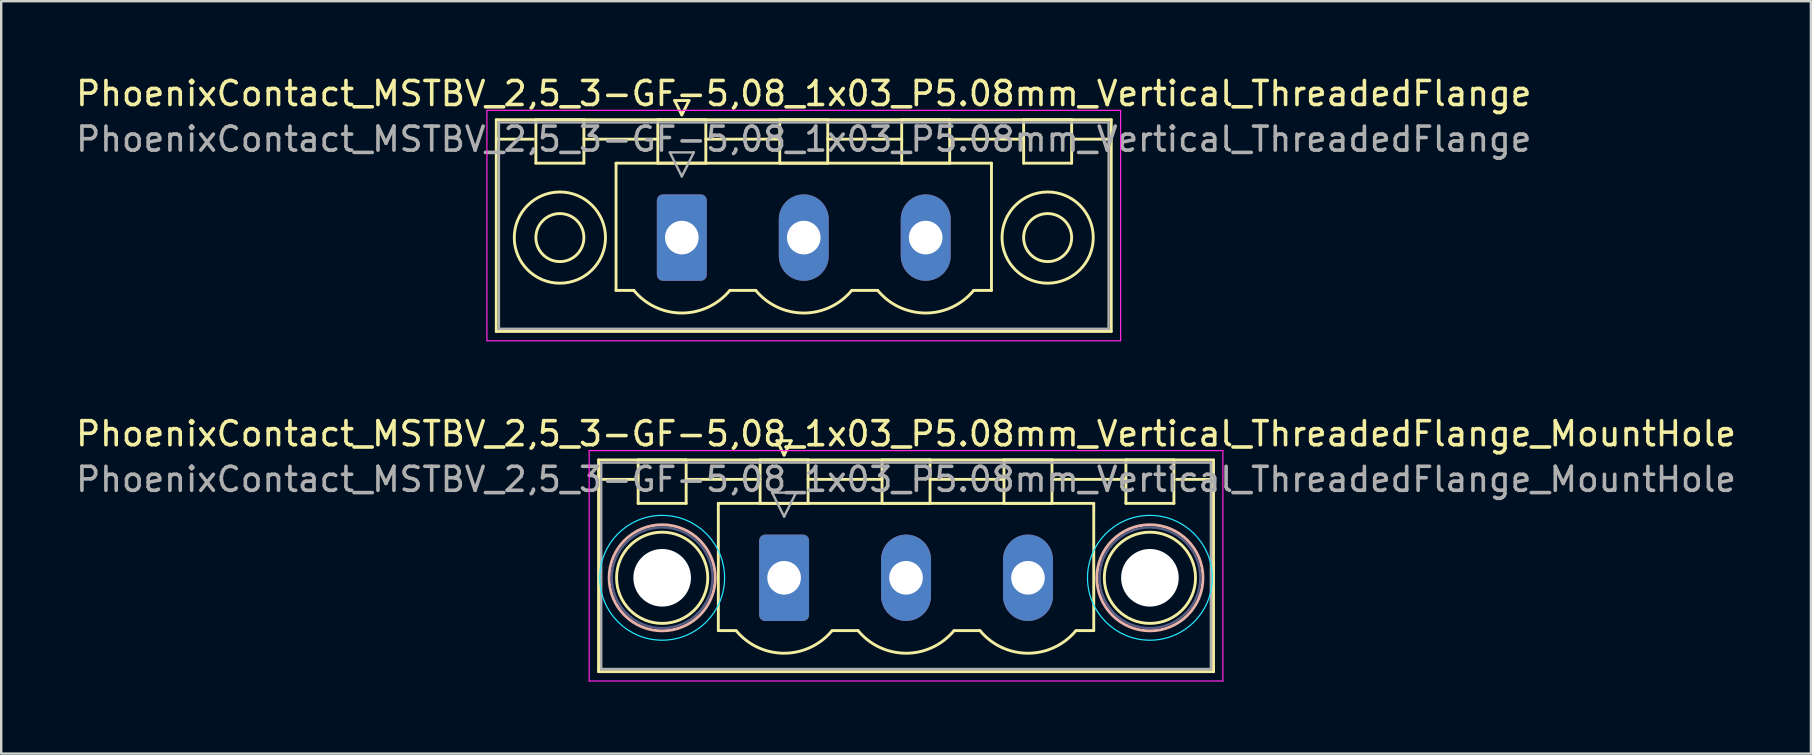
<source format=kicad_pcb>
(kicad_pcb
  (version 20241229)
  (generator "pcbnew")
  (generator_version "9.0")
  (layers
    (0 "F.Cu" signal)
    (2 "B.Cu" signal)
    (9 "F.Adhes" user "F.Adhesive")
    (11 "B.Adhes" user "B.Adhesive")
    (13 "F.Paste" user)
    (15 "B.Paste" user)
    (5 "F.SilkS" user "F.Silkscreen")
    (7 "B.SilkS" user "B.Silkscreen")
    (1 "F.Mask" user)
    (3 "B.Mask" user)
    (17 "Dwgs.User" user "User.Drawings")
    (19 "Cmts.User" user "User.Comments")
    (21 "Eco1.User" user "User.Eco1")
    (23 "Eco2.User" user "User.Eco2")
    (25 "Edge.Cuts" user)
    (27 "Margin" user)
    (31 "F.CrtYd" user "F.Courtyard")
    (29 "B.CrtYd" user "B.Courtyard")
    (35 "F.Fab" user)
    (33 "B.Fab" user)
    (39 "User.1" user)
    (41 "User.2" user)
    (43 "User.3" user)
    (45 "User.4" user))
  (footprint "PhoenixContact_MSTBV_2,5_3-GF-5,08_1x03_P5.08mm_Vertical_ThreadedFlange_MountHole"
    (layer "F.Cu")
    (at 29.616 21.021)
    (property "Reference" "PhoenixContact_MSTBV_2,5_3-GF-5,08_1x03_P5.08mm_Vertical_ThreadedFlange_MountHole" (at 5.08 -6 0) (layer "F.SilkS") (effects (font (size 1 1) (thickness 0.15))))
    (attr through_hole)
    (fp_line (start -7.73 -4.91) (end -7.73 3.91) (stroke (width 0.12) (type solid)) (layer "F.SilkS"))
    (fp_line (start -7.73 -4.1) (end -6.19 -4.1) (stroke (width 0.12) (type solid)) (layer "F.SilkS"))
    (fp_line (start -7.73 3.91) (end 17.89 3.91) (stroke (width 0.12) (type solid)) (layer "F.SilkS"))
    (fp_line (start -6.08 -4.91) (end -4.08 -4.91) (stroke (width 0.12) (type solid)) (layer "F.SilkS"))
    (fp_line (start -6.08 -3.1) (end -6.08 -4.91) (stroke (width 0.12) (type solid)) (layer "F.SilkS"))
    (fp_line (start -4.08 -4.91) (end -4.08 -3.1) (stroke (width 0.12) (type solid)) (layer "F.SilkS"))
    (fp_line (start -4.08 -4.1) (end -1 -4.1) (stroke (width 0.12) (type solid)) (layer "F.SilkS"))
    (fp_line (start -4.08 -3.1) (end -6.08 -3.1) (stroke (width 0.12) (type solid)) (layer "F.SilkS"))
    (fp_line (start -2.74 -3.1) (end 12.9 -3.1) (stroke (width 0.12) (type solid)) (layer "F.SilkS"))
    (fp_line (start -2.74 2.2) (end -2.74 -3.1) (stroke (width 0.12) (type solid)) (layer "F.SilkS"))
    (fp_line (start -2 2.2) (end -2.74 2.2) (stroke (width 0.12) (type solid)) (layer "F.SilkS"))
    (fp_line (start -1 -4.91) (end 1 -4.91) (stroke (width 0.12) (type solid)) (layer "F.SilkS"))
    (fp_line (start -1 -3.1) (end -1 -4.91) (stroke (width 0.12) (type solid)) (layer "F.SilkS"))
    (fp_line (start -0.3 -5.71) (end 0.3 -5.71) (stroke (width 0.12) (type solid)) (layer "F.SilkS"))
    (fp_line (start 0 -5.11) (end -0.3 -5.71) (stroke (width 0.12) (type solid)) (layer "F.SilkS"))
    (fp_line (start 0.3 -5.71) (end 0 -5.11) (stroke (width 0.12) (type solid)) (layer "F.SilkS"))
    (fp_line (start 1 -4.91) (end 1 -3.1) (stroke (width 0.12) (type solid)) (layer "F.SilkS"))
    (fp_line (start 1 -4.1) (end 4.08 -4.1) (stroke (width 0.12) (type solid)) (layer "F.SilkS"))
    (fp_line (start 1 -3.1) (end -1 -3.1) (stroke (width 0.12) (type solid)) (layer "F.SilkS"))
    (fp_line (start 2 2.2) (end 3.08 2.2) (stroke (width 0.12) (type solid)) (layer "F.SilkS"))
    (fp_line (start 4.08 -4.91) (end 6.08 -4.91) (stroke (width 0.12) (type solid)) (layer "F.SilkS"))
    (fp_line (start 4.08 -3.1) (end 4.08 -4.91) (stroke (width 0.12) (type solid)) (layer "F.SilkS"))
    (fp_line (start 6.08 -4.91) (end 6.08 -3.1) (stroke (width 0.12) (type solid)) (layer "F.SilkS"))
    (fp_line (start 6.08 -4.1) (end 9.16 -4.1) (stroke (width 0.12) (type solid)) (layer "F.SilkS"))
    (fp_line (start 6.08 -3.1) (end 4.08 -3.1) (stroke (width 0.12) (type solid)) (layer "F.SilkS"))
    (fp_line (start 7.08 2.2) (end 8.16 2.2) (stroke (width 0.12) (type solid)) (layer "F.SilkS"))
    (fp_line (start 9.16 -4.91) (end 11.16 -4.91) (stroke (width 0.12) (type solid)) (layer "F.SilkS"))
    (fp_line (start 9.16 -3.1) (end 9.16 -4.91) (stroke (width 0.12) (type solid)) (layer "F.SilkS"))
    (fp_line (start 11.16 -4.91) (end 11.16 -3.1) (stroke (width 0.12) (type solid)) (layer "F.SilkS"))
    (fp_line (start 11.16 -4.1) (end 14.24 -4.1) (stroke (width 0.12) (type solid)) (layer "F.SilkS"))
    (fp_line (start 11.16 -3.1) (end 9.16 -3.1) (stroke (width 0.12) (type solid)) (layer "F.SilkS"))
    (fp_line (start 12.9 -3.1) (end 12.9 2.2) (stroke (width 0.12) (type solid)) (layer "F.SilkS"))
    (fp_line (start 12.9 2.2) (end 12.16 2.2) (stroke (width 0.12) (type solid)) (layer "F.SilkS"))
    (fp_line (start 14.24 -4.91) (end 16.24 -4.91) (stroke (width 0.12) (type solid)) (layer "F.SilkS"))
    (fp_line (start 14.24 -3.1) (end 14.24 -4.91) (stroke (width 0.12) (type solid)) (layer "F.SilkS"))
    (fp_line (start 16.24 -4.91) (end 16.24 -3.1) (stroke (width 0.12) (type solid)) (layer "F.SilkS"))
    (fp_line (start 16.24 -3.1) (end 14.24 -3.1) (stroke (width 0.12) (type solid)) (layer "F.SilkS"))
    (fp_line (start 17.89 -4.91) (end -7.73 -4.91) (stroke (width 0.12) (type solid)) (layer "F.SilkS"))
    (fp_line (start 17.89 -4.1) (end 16.35 -4.1) (stroke (width 0.12) (type solid)) (layer "F.SilkS"))
    (fp_line (start 17.89 3.91) (end 17.89 -4.91) (stroke (width 0.12) (type solid)) (layer "F.SilkS"))
    (fp_arc (start 1.986842 2.215821) (mid -0.010289 3.142758) (end -2 2.2) (stroke (width 0.12) (type solid)) (layer "F.SilkS"))
    (fp_arc (start 7.066842 2.215821) (mid 5.069711 3.142758) (end 3.08 2.2) (stroke (width 0.12) (type solid)) (layer "F.SilkS"))
    (fp_arc (start 12.146842 2.215821) (mid 10.149711 3.142758) (end 8.16 2.2) (stroke (width 0.12) (type solid)) (layer "F.SilkS"))
    (fp_circle (center -5.08 0) (end -3.18 0) (stroke (width 0.12) (type solid)) (fill no) (layer "F.SilkS"))
    (fp_circle (center 15.24 0) (end 17.14 0) (stroke (width 0.12) (type solid)) (fill no) (layer "F.SilkS"))
    (fp_circle (center -5.08 0) (end -2.87 0) (stroke (width 0.12) (type solid)) (fill no) (layer "B.SilkS"))
    (fp_circle (center 15.24 0) (end 17.45 0) (stroke (width 0.12) (type solid)) (fill no) (layer "B.SilkS"))
    (fp_circle (center -5.08 0) (end -2.48 0) (stroke (width 0.05) (type solid)) (fill no) (layer "B.CrtYd"))
    (fp_circle (center 15.24 0) (end 17.84 0) (stroke (width 0.05) (type solid)) (fill no) (layer "B.CrtYd"))
    (fp_line (start -8.12 -5.3) (end -8.12 4.3) (stroke (width 0.05) (type solid)) (layer "F.CrtYd"))
    (fp_line (start -8.12 4.3) (end 18.28 4.3) (stroke (width 0.05) (type solid)) (layer "F.CrtYd"))
    (fp_line (start 18.28 -5.3) (end -8.12 -5.3) (stroke (width 0.05) (type solid)) (layer "F.CrtYd"))
    (fp_line (start 18.28 4.3) (end 18.28 -5.3) (stroke (width 0.05) (type solid)) (layer "F.CrtYd"))
    (fp_circle (center -5.08 0) (end -2.98 0) (stroke (width 0.1) (type solid)) (fill no) (layer "B.Fab"))
    (fp_circle (center 15.24 0) (end 17.34 0) (stroke (width 0.1) (type solid)) (fill no) (layer "B.Fab"))
    (fp_line (start -7.62 -4.8) (end -7.62 3.8) (stroke (width 0.1) (type solid)) (layer "F.Fab"))
    (fp_line (start -7.62 3.8) (end 17.78 3.8) (stroke (width 0.1) (type solid)) (layer "F.Fab"))
    (fp_line (start -0.5 -3.55) (end 0.5 -3.55) (stroke (width 0.1) (type solid)) (layer "F.Fab"))
    (fp_line (start 0 -2.55) (end -0.5 -3.55) (stroke (width 0.1) (type solid)) (layer "F.Fab"))
    (fp_line (start 0.5 -3.55) (end 0 -2.55) (stroke (width 0.1) (type solid)) (layer "F.Fab"))
    (fp_line (start 17.78 -4.8) (end -7.62 -4.8) (stroke (width 0.1) (type solid)) (layer "F.Fab"))
    (fp_line (start 17.78 3.8) (end 17.78 -4.8) (stroke (width 0.1) (type solid)) (layer "F.Fab"))
    (fp_text user "${REFERENCE}" (at 5.08 -4.1 0) (layer "F.Fab") (effects (font (size 1 1) (thickness 0.15))))
    (pad "" np_thru_hole circle (at -5.08 0) (size 2.4 2.4) (drill 2.4) (layers "*.Cu" "*.Mask"))
    (pad "" np_thru_hole circle (at 15.24 0) (size 2.4 2.4) (drill 2.4) (layers "*.Cu" "*.Mask"))
    (pad "1" thru_hole roundrect (at 0 0) (size 2.08 3.6) (drill 1.4) (layers "*.Cu" "*.Mask") (roundrect_rratio 0.12))
    (pad "2" thru_hole oval (at 5.08 0) (size 2.08 3.6) (drill 1.4) (layers "*.Cu" "*.Mask"))
    (pad "3" thru_hole oval (at 10.16 0) (size 2.08 3.6) (drill 1.4) (layers "*.Cu" "*.Mask")))
  (footprint "PhoenixContact_MSTBV_2,5_3-GF-5,08_1x03_P5.08mm_Vertical_ThreadedFlange"
    (layer "F.Cu")
    (at 25.355 6.848)
    (property "Reference" "PhoenixContact_MSTBV_2,5_3-GF-5,08_1x03_P5.08mm_Vertical_ThreadedFlange" (at 5.08 -6 0) (layer "F.SilkS") (effects (font (size 1 1) (thickness 0.15))))
    (attr through_hole)
    (fp_line (start -7.73 -4.91) (end -7.73 3.91) (stroke (width 0.12) (type solid)) (layer "F.SilkS"))
    (fp_line (start -7.73 -4.1) (end -6.19 -4.1) (stroke (width 0.12) (type solid)) (layer "F.SilkS"))
    (fp_line (start -7.73 3.91) (end 17.89 3.91) (stroke (width 0.12) (type solid)) (layer "F.SilkS"))
    (fp_line (start -6.08 -4.91) (end -4.08 -4.91) (stroke (width 0.12) (type solid)) (layer "F.SilkS"))
    (fp_line (start -6.08 -3.1) (end -6.08 -4.91) (stroke (width 0.12) (type solid)) (layer "F.SilkS"))
    (fp_line (start -4.08 -4.91) (end -4.08 -3.1) (stroke (width 0.12) (type solid)) (layer "F.SilkS"))
    (fp_line (start -4.08 -4.1) (end -1 -4.1) (stroke (width 0.12) (type solid)) (layer "F.SilkS"))
    (fp_line (start -4.08 -3.1) (end -6.08 -3.1) (stroke (width 0.12) (type solid)) (layer "F.SilkS"))
    (fp_line (start -2.74 -3.1) (end 12.9 -3.1) (stroke (width 0.12) (type solid)) (layer "F.SilkS"))
    (fp_line (start -2.74 2.2) (end -2.74 -3.1) (stroke (width 0.12) (type solid)) (layer "F.SilkS"))
    (fp_line (start -2 2.2) (end -2.74 2.2) (stroke (width 0.12) (type solid)) (layer "F.SilkS"))
    (fp_line (start -1 -4.91) (end 1 -4.91) (stroke (width 0.12) (type solid)) (layer "F.SilkS"))
    (fp_line (start -1 -3.1) (end -1 -4.91) (stroke (width 0.12) (type solid)) (layer "F.SilkS"))
    (fp_line (start -0.3 -5.71) (end 0.3 -5.71) (stroke (width 0.12) (type solid)) (layer "F.SilkS"))
    (fp_line (start 0 -5.11) (end -0.3 -5.71) (stroke (width 0.12) (type solid)) (layer "F.SilkS"))
    (fp_line (start 0.3 -5.71) (end 0 -5.11) (stroke (width 0.12) (type solid)) (layer "F.SilkS"))
    (fp_line (start 1 -4.91) (end 1 -3.1) (stroke (width 0.12) (type solid)) (layer "F.SilkS"))
    (fp_line (start 1 -4.1) (end 4.08 -4.1) (stroke (width 0.12) (type solid)) (layer "F.SilkS"))
    (fp_line (start 1 -3.1) (end -1 -3.1) (stroke (width 0.12) (type solid)) (layer "F.SilkS"))
    (fp_line (start 2 2.2) (end 3.08 2.2) (stroke (width 0.12) (type solid)) (layer "F.SilkS"))
    (fp_line (start 4.08 -4.91) (end 6.08 -4.91) (stroke (width 0.12) (type solid)) (layer "F.SilkS"))
    (fp_line (start 4.08 -3.1) (end 4.08 -4.91) (stroke (width 0.12) (type solid)) (layer "F.SilkS"))
    (fp_line (start 6.08 -4.91) (end 6.08 -3.1) (stroke (width 0.12) (type solid)) (layer "F.SilkS"))
    (fp_line (start 6.08 -4.1) (end 9.16 -4.1) (stroke (width 0.12) (type solid)) (layer "F.SilkS"))
    (fp_line (start 6.08 -3.1) (end 4.08 -3.1) (stroke (width 0.12) (type solid)) (layer "F.SilkS"))
    (fp_line (start 7.08 2.2) (end 8.16 2.2) (stroke (width 0.12) (type solid)) (layer "F.SilkS"))
    (fp_line (start 9.16 -4.91) (end 11.16 -4.91) (stroke (width 0.12) (type solid)) (layer "F.SilkS"))
    (fp_line (start 9.16 -3.1) (end 9.16 -4.91) (stroke (width 0.12) (type solid)) (layer "F.SilkS"))
    (fp_line (start 11.16 -4.91) (end 11.16 -3.1) (stroke (width 0.12) (type solid)) (layer "F.SilkS"))
    (fp_line (start 11.16 -4.1) (end 14.24 -4.1) (stroke (width 0.12) (type solid)) (layer "F.SilkS"))
    (fp_line (start 11.16 -3.1) (end 9.16 -3.1) (stroke (width 0.12) (type solid)) (layer "F.SilkS"))
    (fp_line (start 12.9 -3.1) (end 12.9 2.2) (stroke (width 0.12) (type solid)) (layer "F.SilkS"))
    (fp_line (start 12.9 2.2) (end 12.16 2.2) (stroke (width 0.12) (type solid)) (layer "F.SilkS"))
    (fp_line (start 14.24 -4.91) (end 16.24 -4.91) (stroke (width 0.12) (type solid)) (layer "F.SilkS"))
    (fp_line (start 14.24 -3.1) (end 14.24 -4.91) (stroke (width 0.12) (type solid)) (layer "F.SilkS"))
    (fp_line (start 16.24 -4.91) (end 16.24 -3.1) (stroke (width 0.12) (type solid)) (layer "F.SilkS"))
    (fp_line (start 16.24 -3.1) (end 14.24 -3.1) (stroke (width 0.12) (type solid)) (layer "F.SilkS"))
    (fp_line (start 17.89 -4.91) (end -7.73 -4.91) (stroke (width 0.12) (type solid)) (layer "F.SilkS"))
    (fp_line (start 17.89 -4.1) (end 16.35 -4.1) (stroke (width 0.12) (type solid)) (layer "F.SilkS"))
    (fp_line (start 17.89 3.91) (end 17.89 -4.91) (stroke (width 0.12) (type solid)) (layer "F.SilkS"))
    (fp_arc (start 1.986842 2.215821) (mid -0.010289 3.142758) (end -2 2.2) (stroke (width 0.12) (type solid)) (layer "F.SilkS"))
    (fp_arc (start 7.066842 2.215821) (mid 5.069711 3.142758) (end 3.08 2.2) (stroke (width 0.12) (type solid)) (layer "F.SilkS"))
    (fp_arc (start 12.146842 2.215821) (mid 10.149711 3.142758) (end 8.16 2.2) (stroke (width 0.12) (type solid)) (layer "F.SilkS"))
    (fp_circle (center -5.08 0) (end -4.08 0) (stroke (width 0.12) (type solid)) (fill no) (layer "F.SilkS"))
    (fp_circle (center -5.08 0) (end -3.18 0) (stroke (width 0.12) (type solid)) (fill no) (layer "F.SilkS"))
    (fp_circle (center 15.24 0) (end 16.24 0) (stroke (width 0.12) (type solid)) (fill no) (layer "F.SilkS"))
    (fp_circle (center 15.24 0) (end 17.14 0) (stroke (width 0.12) (type solid)) (fill no) (layer "F.SilkS"))
    (fp_line (start -8.12 -5.3) (end -8.12 4.3) (stroke (width 0.05) (type solid)) (layer "F.CrtYd"))
    (fp_line (start -8.12 4.3) (end 18.28 4.3) (stroke (width 0.05) (type solid)) (layer "F.CrtYd"))
    (fp_line (start 18.28 -5.3) (end -8.12 -5.3) (stroke (width 0.05) (type solid)) (layer "F.CrtYd"))
    (fp_line (start 18.28 4.3) (end 18.28 -5.3) (stroke (width 0.05) (type solid)) (layer "F.CrtYd"))
    (fp_line (start -7.62 -4.8) (end -7.62 3.8) (stroke (width 0.1) (type solid)) (layer "F.Fab"))
    (fp_line (start -7.62 3.8) (end 17.78 3.8) (stroke (width 0.1) (type solid)) (layer "F.Fab"))
    (fp_line (start -0.5 -3.55) (end 0.5 -3.55) (stroke (width 0.1) (type solid)) (layer "F.Fab"))
    (fp_line (start 0 -2.55) (end -0.5 -3.55) (stroke (width 0.1) (type solid)) (layer "F.Fab"))
    (fp_line (start 0.5 -3.55) (end 0 -2.55) (stroke (width 0.1) (type solid)) (layer "F.Fab"))
    (fp_line (start 17.78 -4.8) (end -7.62 -4.8) (stroke (width 0.1) (type solid)) (layer "F.Fab"))
    (fp_line (start 17.78 3.8) (end 17.78 -4.8) (stroke (width 0.1) (type solid)) (layer "F.Fab"))
    (fp_text user "${REFERENCE}" (at 5.08 -4.1 0) (layer "F.Fab") (effects (font (size 1 1) (thickness 0.15))))
    (pad "1" thru_hole roundrect (at 0 0) (size 2.08 3.6) (drill 1.4) (layers "*.Cu" "*.Mask") (roundrect_rratio 0.12))
    (pad "2" thru_hole oval (at 5.08 0) (size 2.08 3.6) (drill 1.4) (layers "*.Cu" "*.Mask"))
    (pad "3" thru_hole oval (at 10.16 0) (size 2.08 3.6) (drill 1.4) (layers "*.Cu" "*.Mask")))
  (gr_rect
    (start -3 -3)
    (end 72.393 28.346)
    (stroke (width 0.1) (type default))
    (fill no)
    (layer "Edge.Cuts")))
</source>
